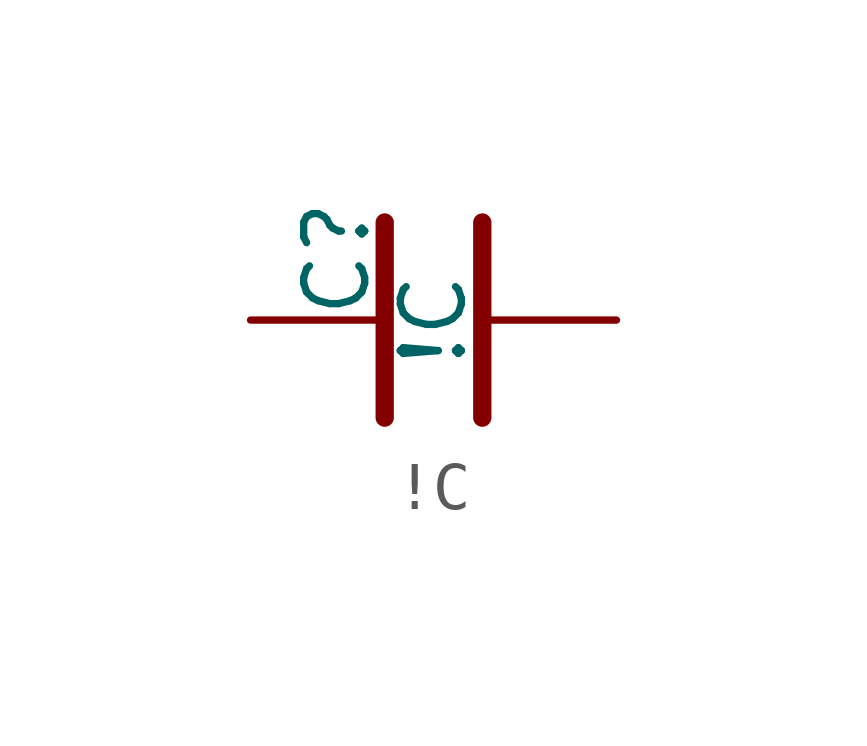
<source format=kicad_sym>
(kicad_symbol_lib
  (version 20241209)
  (generator "kicad_symbol_editor")
  (generator_version "9.0")
  (symbol "!C"
    (pin_numbers
      (hide yes))
    (pin_names
      (offset 0.254))
    (property "Reference" "C"
      (at 2.54 0 90)
      (effects (font (size 1.27 1.27)) (justify left bottom)))
    (property "Value" "!C"
      (at 3.81 0 90)
      (effects (font (size 1.27 1.27))))
    (symbol "!C_1_1"
      (polyline (pts (xy 2.794 -2.032) (xy 2.794 2.032)) (stroke (width 0.381) (type solid)) (fill (type none)))
      (polyline (pts (xy 4.826 -2.032) (xy 4.826 2.032)) (stroke (width 0.381) (type solid)) (fill (type none)))
      (pin passive line (at 0 0 0) (length 2.794) (name "~" (effects (font (size 1.27 1.27)))) (number "1" (effects (font (size 1.27 1.27)))))
      (pin passive line (at 7.62 0 180) (length 2.794) (name "~" (effects (font (size 1.27 1.27)))) (number "2" (effects (font (size 1.27 1.27))))))))
</source>
